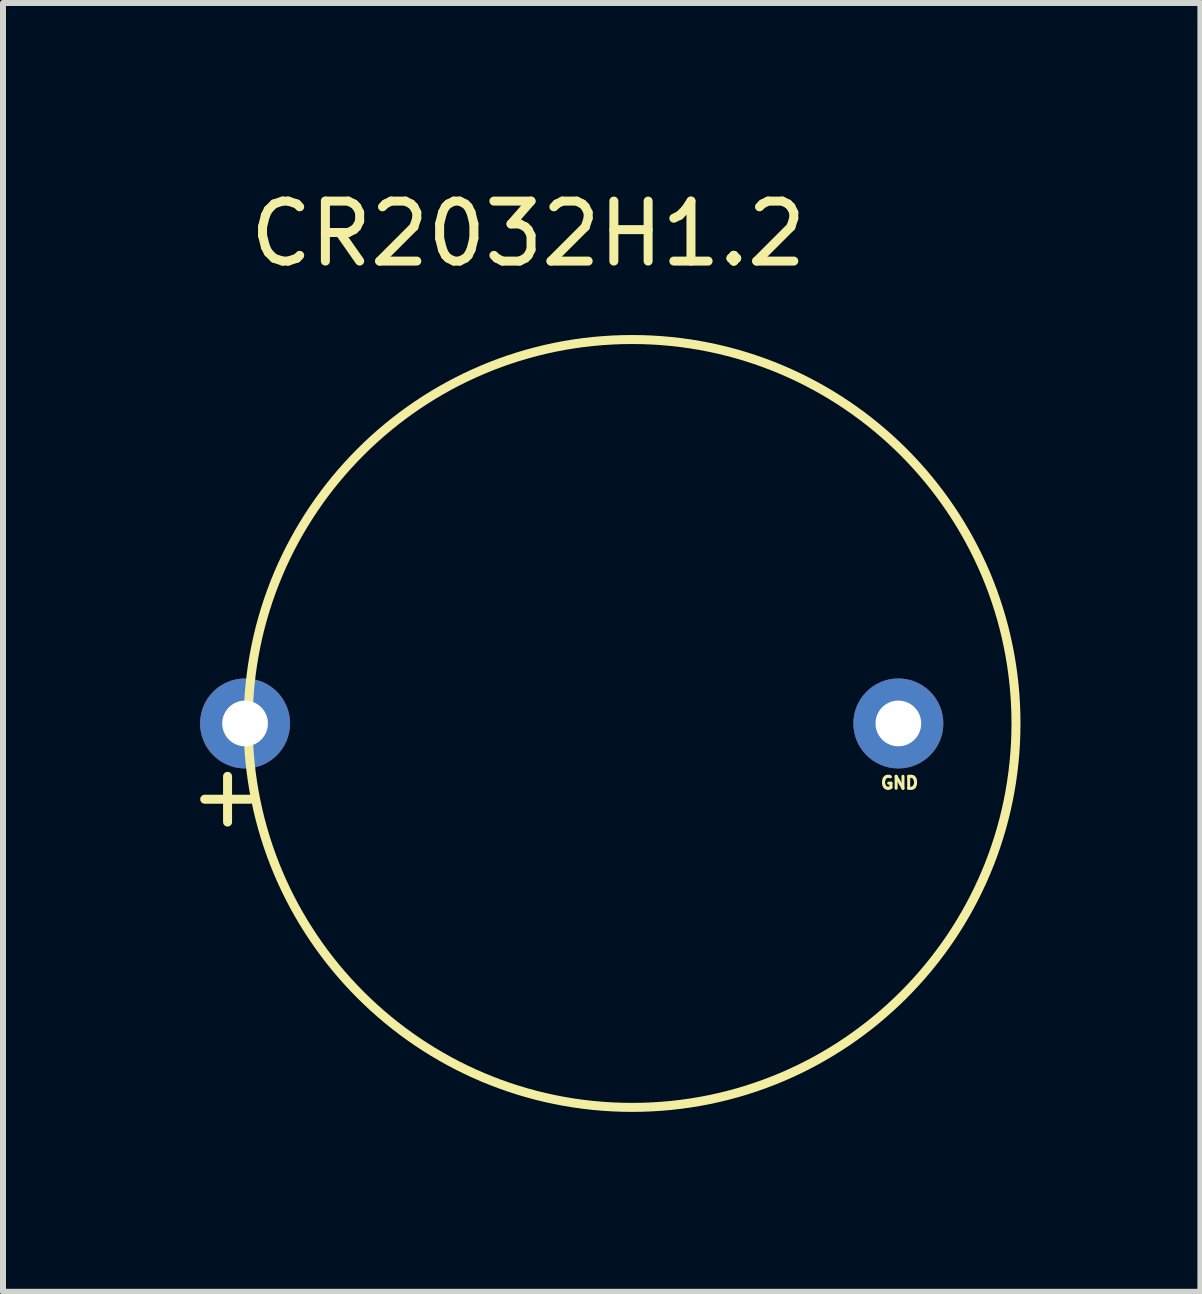
<source format=kicad_pcb>
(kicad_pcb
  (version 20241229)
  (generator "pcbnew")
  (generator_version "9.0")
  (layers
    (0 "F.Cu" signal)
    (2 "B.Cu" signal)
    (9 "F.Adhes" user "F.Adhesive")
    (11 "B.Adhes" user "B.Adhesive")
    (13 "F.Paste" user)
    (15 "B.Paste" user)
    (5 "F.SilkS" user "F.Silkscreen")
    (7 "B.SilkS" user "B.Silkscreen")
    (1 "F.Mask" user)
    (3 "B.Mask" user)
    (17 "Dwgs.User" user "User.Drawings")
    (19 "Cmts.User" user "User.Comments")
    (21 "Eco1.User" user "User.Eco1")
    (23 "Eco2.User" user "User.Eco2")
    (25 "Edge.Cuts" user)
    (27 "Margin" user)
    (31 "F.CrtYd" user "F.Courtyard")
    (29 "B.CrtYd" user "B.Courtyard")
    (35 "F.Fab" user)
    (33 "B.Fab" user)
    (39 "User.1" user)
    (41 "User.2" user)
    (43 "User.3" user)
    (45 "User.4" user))
  (footprint "CR2032H1.2"
    (layer "F.Cu")
    (at 5.672 9.012)
    (property "Reference" "CR2032H1.2" (at 0.084 -8.164 0) (layer "F.SilkS") (effects (font (size 1 1) (thickness 0.15))))
    (attr through_hole)
    (fp_circle (center 1.816 0) (end 1.765 6.401) (stroke (width 0.15) (type solid)) (fill no) (layer "F.SilkS"))
    (fp_text user "GND" (at 6.276 0.991 0) (layer "F.SilkS") (effects (font (size 0.2 0.2) (thickness 0.05))))
    (fp_text user "+" (at -4.928 1.189 0) (layer "F.SilkS") (effects (font (size 1 1) (thickness 0.15))))
    (pad "1" thru_hole circle (at -4.636 0) (size 1.5 1.5) (drill 0.762) (layers "*.Cu" "*.Mask"))
    (pad "2" thru_hole circle (at 6.256 0) (size 1.5 1.5) (drill 0.762) (layers "*.Cu" "*.Mask")))
  (gr_rect
    (start -3 -3)
    (end 16.964 18.488)
    (stroke (width 0.1) (type default))
    (fill no)
    (layer "Edge.Cuts")))
</source>
